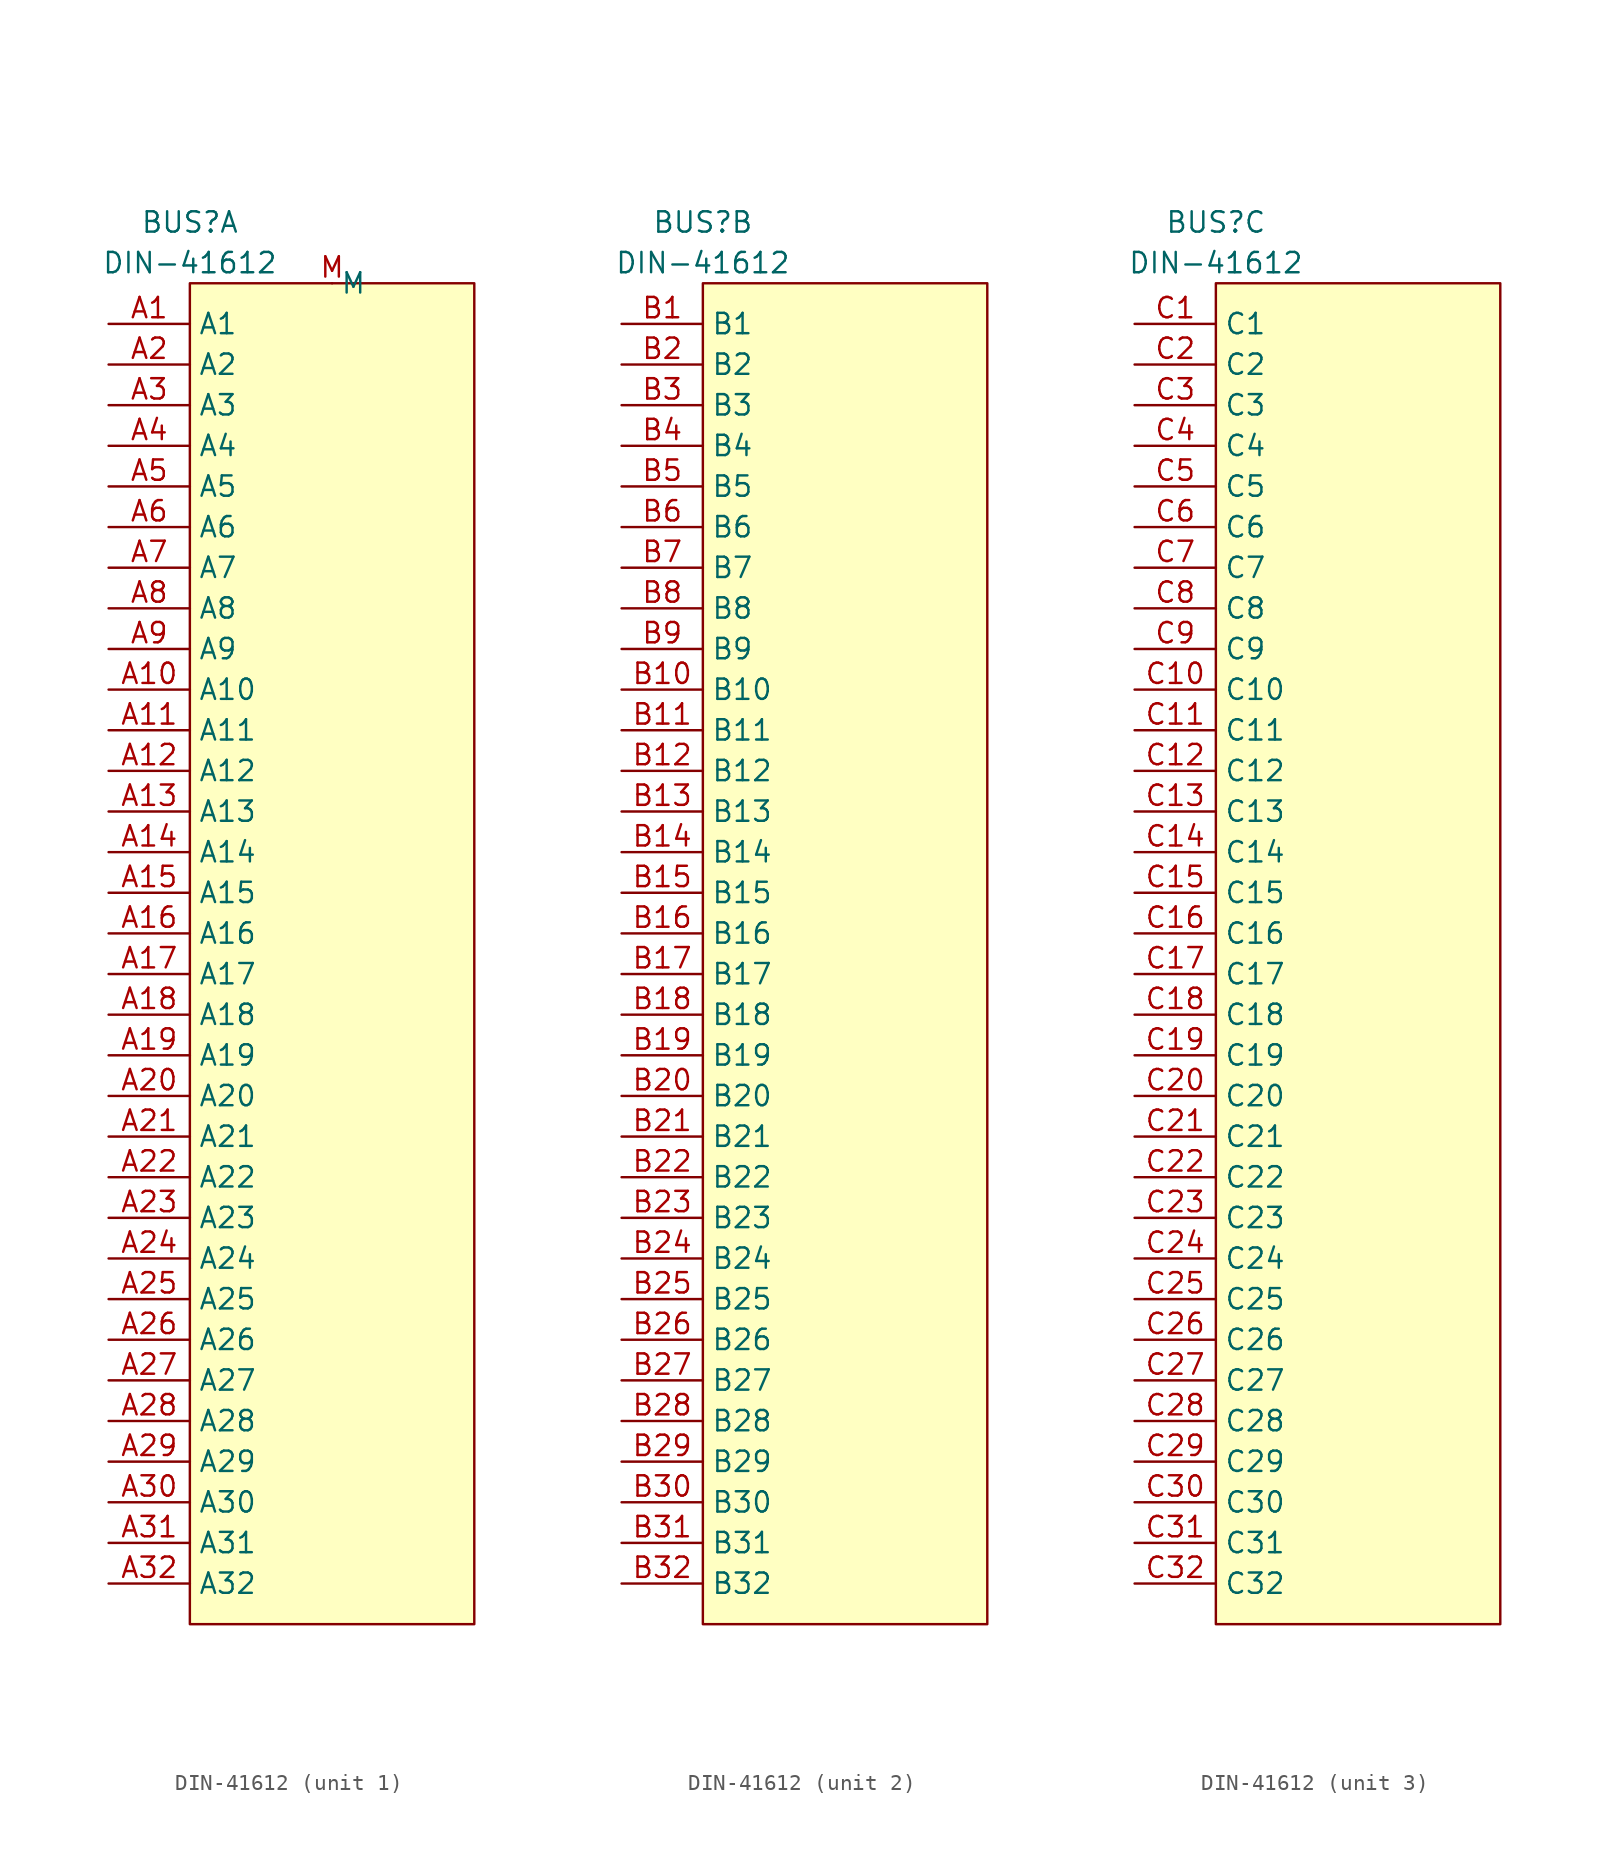
<source format=kicad_sym>
(kicad_symbol_lib
  (version 20211014)
  (generator kicad_symbol_editor)
  (symbol "DIN-41612"
    (property "Reference" "BUS"
      (at 0 3.81 0)
      (effects (font (size 1.27 1.27))))
    (property "Value" "DIN-41612"
      (at 0 1.27 0)
      (effects (font (size 1.27 1.27))))
    (symbol "DIN-41612_0_1"
      (rectangle (start 0 0) (end 17.78 -83.82) (stroke (width 0.152) (type default) (color 0 0 0 0)) (fill (type background))))
    (symbol "DIN-41612_1_1"
      (pin input line (at -5.08 -2.54 0) (length 5.08) (name "A1" (effects (font (size 1.27 1.27)))) (number "A1" (effects (font (size 1.27 1.27)))))
      (pin input line (at -5.08 -25.4 0) (length 5.08) (name "A10" (effects (font (size 1.27 1.27)))) (number "A10" (effects (font (size 1.27 1.27)))))
      (pin input line (at -5.08 -27.94 0) (length 5.08) (name "A11" (effects (font (size 1.27 1.27)))) (number "A11" (effects (font (size 1.27 1.27)))))
      (pin input line (at -5.08 -30.48 0) (length 5.08) (name "A12" (effects (font (size 1.27 1.27)))) (number "A12" (effects (font (size 1.27 1.27)))))
      (pin input line (at -5.08 -33.02 0) (length 5.08) (name "A13" (effects (font (size 1.27 1.27)))) (number "A13" (effects (font (size 1.27 1.27)))))
      (pin input line (at -5.08 -35.56 0) (length 5.08) (name "A14" (effects (font (size 1.27 1.27)))) (number "A14" (effects (font (size 1.27 1.27)))))
      (pin input line (at -5.08 -38.1 0) (length 5.08) (name "A15" (effects (font (size 1.27 1.27)))) (number "A15" (effects (font (size 1.27 1.27)))))
      (pin input line (at -5.08 -40.64 0) (length 5.08) (name "A16" (effects (font (size 1.27 1.27)))) (number "A16" (effects (font (size 1.27 1.27)))))
      (pin input line (at -5.08 -43.18 0) (length 5.08) (name "A17" (effects (font (size 1.27 1.27)))) (number "A17" (effects (font (size 1.27 1.27)))))
      (pin input line (at -5.08 -45.72 0) (length 5.08) (name "A18" (effects (font (size 1.27 1.27)))) (number "A18" (effects (font (size 1.27 1.27)))))
      (pin input line (at -5.08 -48.26 0) (length 5.08) (name "A19" (effects (font (size 1.27 1.27)))) (number "A19" (effects (font (size 1.27 1.27)))))
      (pin input line (at -5.08 -5.08 0) (length 5.08) (name "A2" (effects (font (size 1.27 1.27)))) (number "A2" (effects (font (size 1.27 1.27)))))
      (pin input line (at -5.08 -50.8 0) (length 5.08) (name "A20" (effects (font (size 1.27 1.27)))) (number "A20" (effects (font (size 1.27 1.27)))))
      (pin input line (at -5.08 -53.34 0) (length 5.08) (name "A21" (effects (font (size 1.27 1.27)))) (number "A21" (effects (font (size 1.27 1.27)))))
      (pin input line (at -5.08 -55.88 0) (length 5.08) (name "A22" (effects (font (size 1.27 1.27)))) (number "A22" (effects (font (size 1.27 1.27)))))
      (pin input line (at -5.08 -58.42 0) (length 5.08) (name "A23" (effects (font (size 1.27 1.27)))) (number "A23" (effects (font (size 1.27 1.27)))))
      (pin input line (at -5.08 -60.96 0) (length 5.08) (name "A24" (effects (font (size 1.27 1.27)))) (number "A24" (effects (font (size 1.27 1.27)))))
      (pin input line (at -5.08 -63.5 0) (length 5.08) (name "A25" (effects (font (size 1.27 1.27)))) (number "A25" (effects (font (size 1.27 1.27)))))
      (pin input line (at -5.08 -66.04 0) (length 5.08) (name "A26" (effects (font (size 1.27 1.27)))) (number "A26" (effects (font (size 1.27 1.27)))))
      (pin input line (at -5.08 -68.58 0) (length 5.08) (name "A27" (effects (font (size 1.27 1.27)))) (number "A27" (effects (font (size 1.27 1.27)))))
      (pin input line (at -5.08 -71.12 0) (length 5.08) (name "A28" (effects (font (size 1.27 1.27)))) (number "A28" (effects (font (size 1.27 1.27)))))
      (pin input line (at -5.08 -73.66 0) (length 5.08) (name "A29" (effects (font (size 1.27 1.27)))) (number "A29" (effects (font (size 1.27 1.27)))))
      (pin input line (at -5.08 -7.62 0) (length 5.08) (name "A3" (effects (font (size 1.27 1.27)))) (number "A3" (effects (font (size 1.27 1.27)))))
      (pin input line (at -5.08 -76.2 0) (length 5.08) (name "A30" (effects (font (size 1.27 1.27)))) (number "A30" (effects (font (size 1.27 1.27)))))
      (pin input line (at -5.08 -78.74 0) (length 5.08) (name "A31" (effects (font (size 1.27 1.27)))) (number "A31" (effects (font (size 1.27 1.27)))))
      (pin input line (at -5.08 -81.28 0) (length 5.08) (name "A32" (effects (font (size 1.27 1.27)))) (number "A32" (effects (font (size 1.27 1.27)))))
      (pin input line (at -5.08 -10.16 0) (length 5.08) (name "A4" (effects (font (size 1.27 1.27)))) (number "A4" (effects (font (size 1.27 1.27)))))
      (pin input line (at -5.08 -12.7 0) (length 5.08) (name "A5" (effects (font (size 1.27 1.27)))) (number "A5" (effects (font (size 1.27 1.27)))))
      (pin input line (at -5.08 -15.24 0) (length 5.08) (name "A6" (effects (font (size 1.27 1.27)))) (number "A6" (effects (font (size 1.27 1.27)))))
      (pin input line (at -5.08 -17.78 0) (length 5.08) (name "A7" (effects (font (size 1.27 1.27)))) (number "A7" (effects (font (size 1.27 1.27)))))
      (pin input line (at -5.08 -20.32 0) (length 5.08) (name "A8" (effects (font (size 1.27 1.27)))) (number "A8" (effects (font (size 1.27 1.27)))))
      (pin input line (at -5.08 -22.86 0) (length 5.08) (name "A9" (effects (font (size 1.27 1.27)))) (number "A9" (effects (font (size 1.27 1.27)))))
      (pin input line (at 8.89 0 0) (length 0) (name "M" (effects (font (size 1.27 1.27)))) (number "M" (effects (font (size 1.27 1.27))))))
    (symbol "DIN-41612_2_1"
      (pin input line (at -5.08 -2.54 0) (length 5.08) (name "B1" (effects (font (size 1.27 1.27)))) (number "B1" (effects (font (size 1.27 1.27)))))
      (pin input line (at -5.08 -25.4 0) (length 5.08) (name "B10" (effects (font (size 1.27 1.27)))) (number "B10" (effects (font (size 1.27 1.27)))))
      (pin input line (at -5.08 -27.94 0) (length 5.08) (name "B11" (effects (font (size 1.27 1.27)))) (number "B11" (effects (font (size 1.27 1.27)))))
      (pin input line (at -5.08 -30.48 0) (length 5.08) (name "B12" (effects (font (size 1.27 1.27)))) (number "B12" (effects (font (size 1.27 1.27)))))
      (pin input line (at -5.08 -33.02 0) (length 5.08) (name "B13" (effects (font (size 1.27 1.27)))) (number "B13" (effects (font (size 1.27 1.27)))))
      (pin input line (at -5.08 -35.56 0) (length 5.08) (name "B14" (effects (font (size 1.27 1.27)))) (number "B14" (effects (font (size 1.27 1.27)))))
      (pin input line (at -5.08 -38.1 0) (length 5.08) (name "B15" (effects (font (size 1.27 1.27)))) (number "B15" (effects (font (size 1.27 1.27)))))
      (pin input line (at -5.08 -40.64 0) (length 5.08) (name "B16" (effects (font (size 1.27 1.27)))) (number "B16" (effects (font (size 1.27 1.27)))))
      (pin input line (at -5.08 -43.18 0) (length 5.08) (name "B17" (effects (font (size 1.27 1.27)))) (number "B17" (effects (font (size 1.27 1.27)))))
      (pin input line (at -5.08 -45.72 0) (length 5.08) (name "B18" (effects (font (size 1.27 1.27)))) (number "B18" (effects (font (size 1.27 1.27)))))
      (pin input line (at -5.08 -48.26 0) (length 5.08) (name "B19" (effects (font (size 1.27 1.27)))) (number "B19" (effects (font (size 1.27 1.27)))))
      (pin input line (at -5.08 -5.08 0) (length 5.08) (name "B2" (effects (font (size 1.27 1.27)))) (number "B2" (effects (font (size 1.27 1.27)))))
      (pin input line (at -5.08 -50.8 0) (length 5.08) (name "B20" (effects (font (size 1.27 1.27)))) (number "B20" (effects (font (size 1.27 1.27)))))
      (pin input line (at -5.08 -53.34 0) (length 5.08) (name "B21" (effects (font (size 1.27 1.27)))) (number "B21" (effects (font (size 1.27 1.27)))))
      (pin input line (at -5.08 -55.88 0) (length 5.08) (name "B22" (effects (font (size 1.27 1.27)))) (number "B22" (effects (font (size 1.27 1.27)))))
      (pin input line (at -5.08 -58.42 0) (length 5.08) (name "B23" (effects (font (size 1.27 1.27)))) (number "B23" (effects (font (size 1.27 1.27)))))
      (pin input line (at -5.08 -60.96 0) (length 5.08) (name "B24" (effects (font (size 1.27 1.27)))) (number "B24" (effects (font (size 1.27 1.27)))))
      (pin input line (at -5.08 -63.5 0) (length 5.08) (name "B25" (effects (font (size 1.27 1.27)))) (number "B25" (effects (font (size 1.27 1.27)))))
      (pin input line (at -5.08 -66.04 0) (length 5.08) (name "B26" (effects (font (size 1.27 1.27)))) (number "B26" (effects (font (size 1.27 1.27)))))
      (pin input line (at -5.08 -68.58 0) (length 5.08) (name "B27" (effects (font (size 1.27 1.27)))) (number "B27" (effects (font (size 1.27 1.27)))))
      (pin input line (at -5.08 -71.12 0) (length 5.08) (name "B28" (effects (font (size 1.27 1.27)))) (number "B28" (effects (font (size 1.27 1.27)))))
      (pin input line (at -5.08 -73.66 0) (length 5.08) (name "B29" (effects (font (size 1.27 1.27)))) (number "B29" (effects (font (size 1.27 1.27)))))
      (pin input line (at -5.08 -7.62 0) (length 5.08) (name "B3" (effects (font (size 1.27 1.27)))) (number "B3" (effects (font (size 1.27 1.27)))))
      (pin input line (at -5.08 -76.2 0) (length 5.08) (name "B30" (effects (font (size 1.27 1.27)))) (number "B30" (effects (font (size 1.27 1.27)))))
      (pin input line (at -5.08 -78.74 0) (length 5.08) (name "B31" (effects (font (size 1.27 1.27)))) (number "B31" (effects (font (size 1.27 1.27)))))
      (pin input line (at -5.08 -81.28 0) (length 5.08) (name "B32" (effects (font (size 1.27 1.27)))) (number "B32" (effects (font (size 1.27 1.27)))))
      (pin input line (at -5.08 -10.16 0) (length 5.08) (name "B4" (effects (font (size 1.27 1.27)))) (number "B4" (effects (font (size 1.27 1.27)))))
      (pin input line (at -5.08 -12.7 0) (length 5.08) (name "B5" (effects (font (size 1.27 1.27)))) (number "B5" (effects (font (size 1.27 1.27)))))
      (pin input line (at -5.08 -15.24 0) (length 5.08) (name "B6" (effects (font (size 1.27 1.27)))) (number "B6" (effects (font (size 1.27 1.27)))))
      (pin input line (at -5.08 -17.78 0) (length 5.08) (name "B7" (effects (font (size 1.27 1.27)))) (number "B7" (effects (font (size 1.27 1.27)))))
      (pin input line (at -5.08 -20.32 0) (length 5.08) (name "B8" (effects (font (size 1.27 1.27)))) (number "B8" (effects (font (size 1.27 1.27)))))
      (pin input line (at -5.08 -22.86 0) (length 5.08) (name "B9" (effects (font (size 1.27 1.27)))) (number "B9" (effects (font (size 1.27 1.27))))))
    (symbol "DIN-41612_3_1"
      (pin input line (at -5.08 -2.54 0) (length 5.08) (name "C1" (effects (font (size 1.27 1.27)))) (number "C1" (effects (font (size 1.27 1.27)))))
      (pin input line (at -5.08 -25.4 0) (length 5.08) (name "C10" (effects (font (size 1.27 1.27)))) (number "C10" (effects (font (size 1.27 1.27)))))
      (pin input line (at -5.08 -27.94 0) (length 5.08) (name "C11" (effects (font (size 1.27 1.27)))) (number "C11" (effects (font (size 1.27 1.27)))))
      (pin input line (at -5.08 -30.48 0) (length 5.08) (name "C12" (effects (font (size 1.27 1.27)))) (number "C12" (effects (font (size 1.27 1.27)))))
      (pin input line (at -5.08 -33.02 0) (length 5.08) (name "C13" (effects (font (size 1.27 1.27)))) (number "C13" (effects (font (size 1.27 1.27)))))
      (pin input line (at -5.08 -35.56 0) (length 5.08) (name "C14" (effects (font (size 1.27 1.27)))) (number "C14" (effects (font (size 1.27 1.27)))))
      (pin input line (at -5.08 -38.1 0) (length 5.08) (name "C15" (effects (font (size 1.27 1.27)))) (number "C15" (effects (font (size 1.27 1.27)))))
      (pin input line (at -5.08 -40.64 0) (length 5.08) (name "C16" (effects (font (size 1.27 1.27)))) (number "C16" (effects (font (size 1.27 1.27)))))
      (pin input line (at -5.08 -43.18 0) (length 5.08) (name "C17" (effects (font (size 1.27 1.27)))) (number "C17" (effects (font (size 1.27 1.27)))))
      (pin input line (at -5.08 -45.72 0) (length 5.08) (name "C18" (effects (font (size 1.27 1.27)))) (number "C18" (effects (font (size 1.27 1.27)))))
      (pin input line (at -5.08 -48.26 0) (length 5.08) (name "C19" (effects (font (size 1.27 1.27)))) (number "C19" (effects (font (size 1.27 1.27)))))
      (pin input line (at -5.08 -5.08 0) (length 5.08) (name "C2" (effects (font (size 1.27 1.27)))) (number "C2" (effects (font (size 1.27 1.27)))))
      (pin input line (at -5.08 -50.8 0) (length 5.08) (name "C20" (effects (font (size 1.27 1.27)))) (number "C20" (effects (font (size 1.27 1.27)))))
      (pin input line (at -5.08 -53.34 0) (length 5.08) (name "C21" (effects (font (size 1.27 1.27)))) (number "C21" (effects (font (size 1.27 1.27)))))
      (pin input line (at -5.08 -55.88 0) (length 5.08) (name "C22" (effects (font (size 1.27 1.27)))) (number "C22" (effects (font (size 1.27 1.27)))))
      (pin input line (at -5.08 -58.42 0) (length 5.08) (name "C23" (effects (font (size 1.27 1.27)))) (number "C23" (effects (font (size 1.27 1.27)))))
      (pin input line (at -5.08 -60.96 0) (length 5.08) (name "C24" (effects (font (size 1.27 1.27)))) (number "C24" (effects (font (size 1.27 1.27)))))
      (pin input line (at -5.08 -63.5 0) (length 5.08) (name "C25" (effects (font (size 1.27 1.27)))) (number "C25" (effects (font (size 1.27 1.27)))))
      (pin input line (at -5.08 -66.04 0) (length 5.08) (name "C26" (effects (font (size 1.27 1.27)))) (number "C26" (effects (font (size 1.27 1.27)))))
      (pin input line (at -5.08 -68.58 0) (length 5.08) (name "C27" (effects (font (size 1.27 1.27)))) (number "C27" (effects (font (size 1.27 1.27)))))
      (pin input line (at -5.08 -71.12 0) (length 5.08) (name "C28" (effects (font (size 1.27 1.27)))) (number "C28" (effects (font (size 1.27 1.27)))))
      (pin input line (at -5.08 -73.66 0) (length 5.08) (name "C29" (effects (font (size 1.27 1.27)))) (number "C29" (effects (font (size 1.27 1.27)))))
      (pin input line (at -5.08 -7.62 0) (length 5.08) (name "C3" (effects (font (size 1.27 1.27)))) (number "C3" (effects (font (size 1.27 1.27)))))
      (pin input line (at -5.08 -76.2 0) (length 5.08) (name "C30" (effects (font (size 1.27 1.27)))) (number "C30" (effects (font (size 1.27 1.27)))))
      (pin input line (at -5.08 -78.74 0) (length 5.08) (name "C31" (effects (font (size 1.27 1.27)))) (number "C31" (effects (font (size 1.27 1.27)))))
      (pin input line (at -5.08 -81.28 0) (length 5.08) (name "C32" (effects (font (size 1.27 1.27)))) (number "C32" (effects (font (size 1.27 1.27)))))
      (pin input line (at -5.08 -10.16 0) (length 5.08) (name "C4" (effects (font (size 1.27 1.27)))) (number "C4" (effects (font (size 1.27 1.27)))))
      (pin input line (at -5.08 -12.7 0) (length 5.08) (name "C5" (effects (font (size 1.27 1.27)))) (number "C5" (effects (font (size 1.27 1.27)))))
      (pin input line (at -5.08 -15.24 0) (length 5.08) (name "C6" (effects (font (size 1.27 1.27)))) (number "C6" (effects (font (size 1.27 1.27)))))
      (pin input line (at -5.08 -17.78 0) (length 5.08) (name "C7" (effects (font (size 1.27 1.27)))) (number "C7" (effects (font (size 1.27 1.27)))))
      (pin input line (at -5.08 -20.32 0) (length 5.08) (name "C8" (effects (font (size 1.27 1.27)))) (number "C8" (effects (font (size 1.27 1.27)))))
      (pin input line (at -5.08 -22.86 0) (length 5.08) (name "C9" (effects (font (size 1.27 1.27)))) (number "C9" (effects (font (size 1.27 1.27))))))))
</source>
